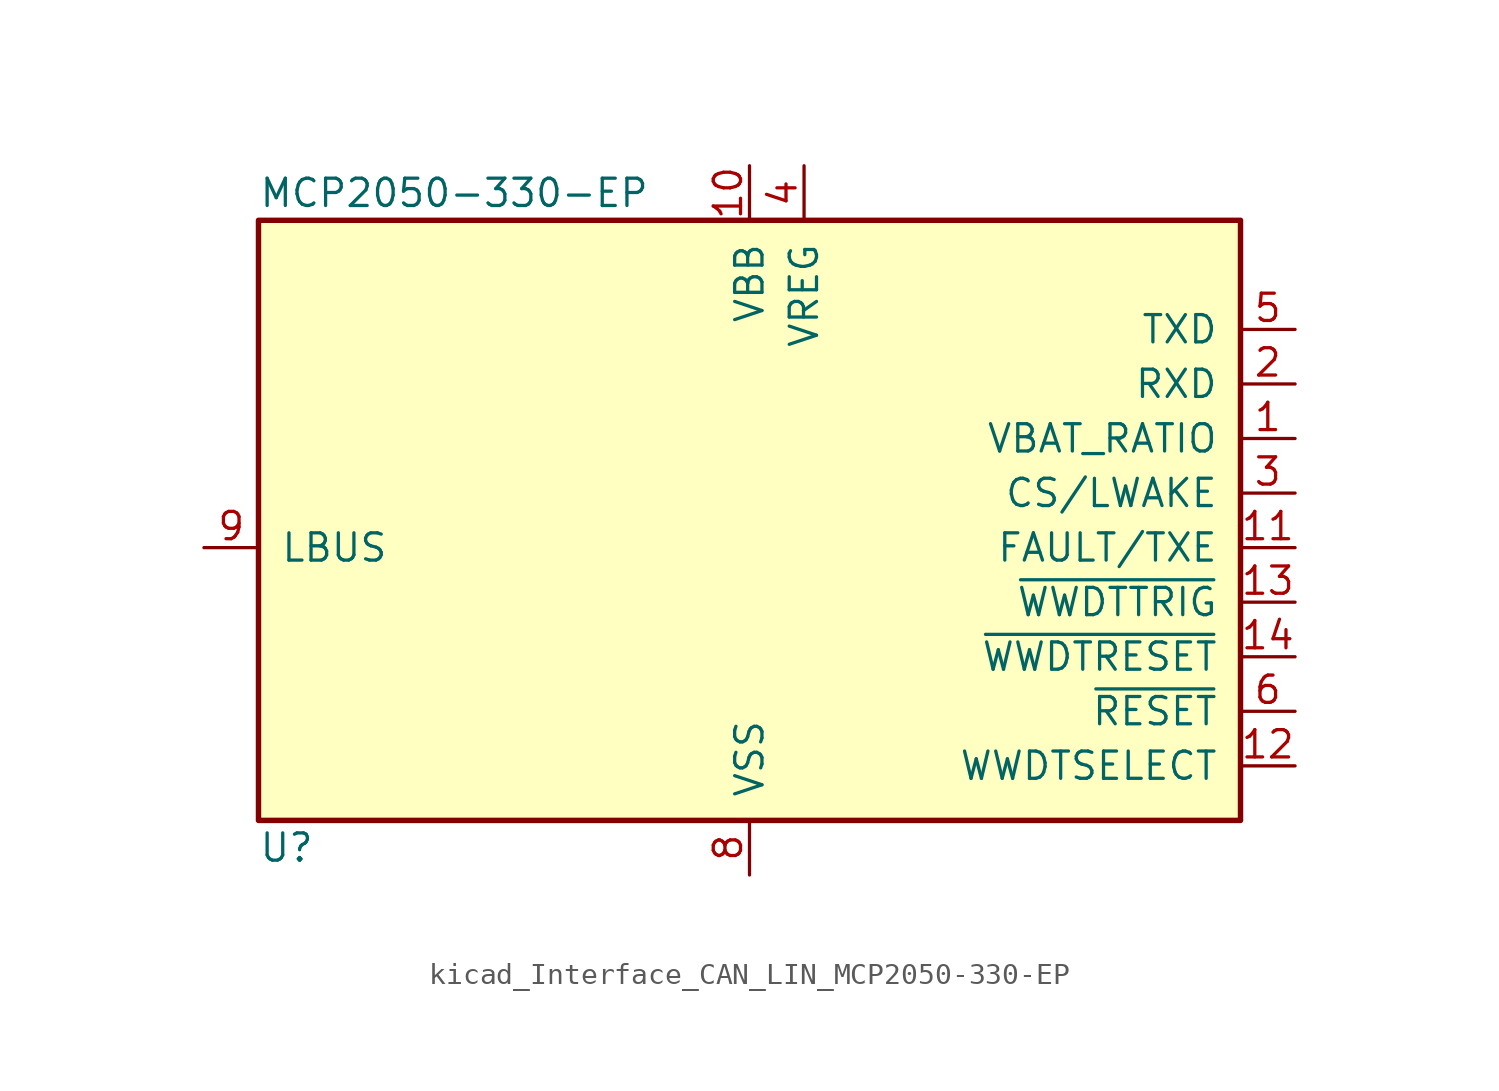
<source format=kicad_sym>
(kicad_symbol_lib
  (version 20220914)
  (generator kicad_symbol_editor)
  (symbol "kicad_Interface_CAN_LIN_MCP2050-330-EP"
    (pin_names
      (offset 1.016))
    (property "Reference" "U"
      (at -22.86 -13.97 0)
      (effects (font (size 1.27 1.27)) (justify left)))
    (property "Value" "MCP2050-330-EP"
      (at -22.86 16.51 0)
      (effects (font (size 1.27 1.27)) (justify left)))
    (symbol "kicad_Interface_CAN_LIN_MCP2050-330-EP_0_1"
      (rectangle (start -22.86 15.24) (end 22.86 -12.7) (stroke (width 0.254) (type default)) (fill (type background))))
    (symbol "kicad_Interface_CAN_LIN_MCP2050-330-EP_1_1"
      (pin output line (at 25.4 5.08 180) (length 2.54) (name "VBAT_RATIO" (effects (font (size 1.27 1.27)))) (number "1" (effects (font (size 1.27 1.27)))))
      (pin power_in line (at 0 17.78 270) (length 2.54) (name "VBB" (effects (font (size 1.27 1.27)))) (number "10" (effects (font (size 1.27 1.27)))))
      (pin open_collector line (at 25.4 0 180) (length 2.54) (name "FAULT/TXE" (effects (font (size 1.27 1.27)))) (number "11" (effects (font (size 1.27 1.27)))))
      (pin input line (at 25.4 -10.16 180) (length 2.54) (name "WWDTSELECT" (effects (font (size 1.27 1.27)))) (number "12" (effects (font (size 1.27 1.27)))))
      (pin input line (at 25.4 -2.54 180) (length 2.54) (name "~{WWDTTRIG}" (effects (font (size 1.27 1.27)))) (number "13" (effects (font (size 1.27 1.27)))))
      (pin output line (at 25.4 -5.08 180) (length 2.54) (name "~{WWDTRESET}" (effects (font (size 1.27 1.27)))) (number "14" (effects (font (size 1.27 1.27)))))
      (pin output line (at 25.4 7.62 180) (length 2.54) (name "RXD" (effects (font (size 1.27 1.27)))) (number "2" (effects (font (size 1.27 1.27)))))
      (pin input line (at 25.4 2.54 180) (length 2.54) (name "CS/LWAKE" (effects (font (size 1.27 1.27)))) (number "3" (effects (font (size 1.27 1.27)))))
      (pin power_out line (at 2.54 17.78 270) (length 2.54) (name "VREG" (effects (font (size 1.27 1.27)))) (number "4" (effects (font (size 1.27 1.27)))))
      (pin input line (at 25.4 10.16 180) (length 2.54) (name "TXD" (effects (font (size 1.27 1.27)))) (number "5" (effects (font (size 1.27 1.27)))))
      (pin output line (at 25.4 -7.62 180) (length 2.54) (name "~{RESET}" (effects (font (size 1.27 1.27)))) (number "6" (effects (font (size 1.27 1.27)))))
      (pin no_connect line (at -22.86 -7.62 0) (length 2.54) hide (name "NC" (effects (font (size 1.27 1.27)))) (number "7" (effects (font (size 1.27 1.27)))))
      (pin power_in line (at 0 -15.24 90) (length 2.54) (name "VSS" (effects (font (size 1.27 1.27)))) (number "8" (effects (font (size 1.27 1.27)))))
      (pin open_collector line (at -25.4 0 0) (length 2.54) (name "LBUS" (effects (font (size 1.27 1.27)))) (number "9" (effects (font (size 1.27 1.27))))))))
</source>
